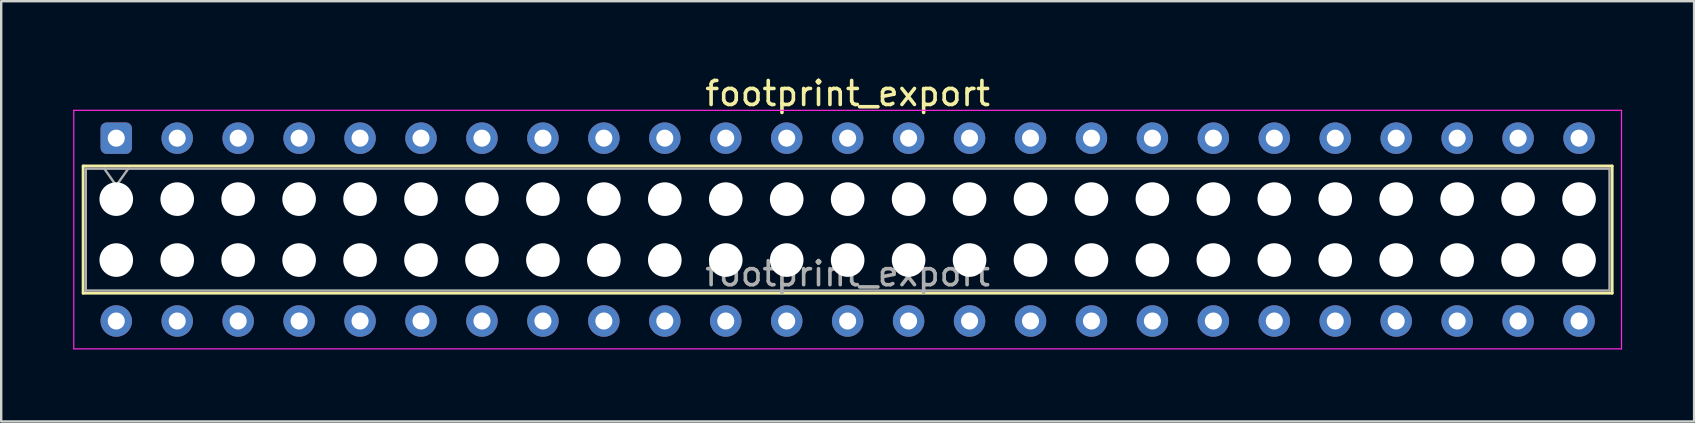
<source format=kicad_pcb>
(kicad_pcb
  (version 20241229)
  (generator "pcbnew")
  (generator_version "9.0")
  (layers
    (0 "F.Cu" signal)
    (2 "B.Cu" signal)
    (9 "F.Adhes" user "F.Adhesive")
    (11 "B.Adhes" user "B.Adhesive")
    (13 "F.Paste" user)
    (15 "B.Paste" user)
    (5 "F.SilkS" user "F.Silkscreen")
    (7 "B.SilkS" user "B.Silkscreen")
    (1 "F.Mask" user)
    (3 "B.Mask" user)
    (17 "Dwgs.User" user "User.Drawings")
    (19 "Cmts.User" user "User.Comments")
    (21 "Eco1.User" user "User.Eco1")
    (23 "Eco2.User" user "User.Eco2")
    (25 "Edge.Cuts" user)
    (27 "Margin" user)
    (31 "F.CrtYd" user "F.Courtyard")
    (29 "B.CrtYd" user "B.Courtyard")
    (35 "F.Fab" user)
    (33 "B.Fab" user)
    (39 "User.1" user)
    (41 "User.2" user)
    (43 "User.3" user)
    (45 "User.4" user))
  (footprint "footprint_export"
    (layer "F.Cu")
    (at 1.795 2.708)
    (property "Reference" "footprint_export" (at 30.48 -1.86 0) (layer "F.SilkS") (effects (font (size 1 1) (thickness 0.15))))
    (attr through_hole)
    (fp_line (start -1.38 1.16) (end 62.34 1.16) (stroke (width 0.12) (type solid)) (layer "F.SilkS"))
    (fp_line (start -1.38 6.46) (end -1.38 1.16) (stroke (width 0.12) (type solid)) (layer "F.SilkS"))
    (fp_line (start 62.34 1.16) (end 62.34 6.46) (stroke (width 0.12) (type solid)) (layer "F.SilkS"))
    (fp_line (start 62.34 6.46) (end -1.38 6.46) (stroke (width 0.12) (type solid)) (layer "F.SilkS"))
    (fp_line (start -1.77 -1.16) (end 62.73 -1.16) (stroke (width 0.05) (type solid)) (layer "F.CrtYd"))
    (fp_line (start -1.77 8.78) (end -1.77 -1.16) (stroke (width 0.05) (type solid)) (layer "F.CrtYd"))
    (fp_line (start 62.73 -1.16) (end 62.73 8.78) (stroke (width 0.05) (type solid)) (layer "F.CrtYd"))
    (fp_line (start 62.73 8.78) (end -1.77 8.78) (stroke (width 0.05) (type solid)) (layer "F.CrtYd"))
    (fp_line (start -1.27 1.27) (end 62.23 1.27) (stroke (width 0.1) (type solid)) (layer "F.Fab"))
    (fp_line (start -1.27 6.35) (end -1.27 1.27) (stroke (width 0.1) (type solid)) (layer "F.Fab"))
    (fp_line (start -0.5 1.27) (end 0 1.977) (stroke (width 0.1) (type solid)) (layer "F.Fab"))
    (fp_line (start 0 1.977) (end 0.5 1.27) (stroke (width 0.1) (type solid)) (layer "F.Fab"))
    (fp_line (start 62.23 1.27) (end 62.23 6.35) (stroke (width 0.1) (type solid)) (layer "F.Fab"))
    (fp_line (start 62.23 6.35) (end -1.27 6.35) (stroke (width 0.1) (type solid)) (layer "F.Fab"))
    (fp_text user "${REFERENCE}" (at 30.48 5.65 0) (layer "F.Fab") (effects (font (size 1 1) (thickness 0.15))))
    (pad "" np_thru_hole circle (at 0 2.54) (size 1.4 1.4) (drill 1.4) (layers "*.Cu" "*.Mask"))
    (pad "" np_thru_hole circle (at 0 5.08) (size 1.4 1.4) (drill 1.4) (layers "*.Cu" "*.Mask"))
    (pad "" np_thru_hole circle (at 2.54 2.54) (size 1.4 1.4) (drill 1.4) (layers "*.Cu" "*.Mask"))
    (pad "" np_thru_hole circle (at 2.54 5.08) (size 1.4 1.4) (drill 1.4) (layers "*.Cu" "*.Mask"))
    (pad "" np_thru_hole circle (at 5.08 2.54) (size 1.4 1.4) (drill 1.4) (layers "*.Cu" "*.Mask"))
    (pad "" np_thru_hole circle (at 5.08 5.08) (size 1.4 1.4) (drill 1.4) (layers "*.Cu" "*.Mask"))
    (pad "" np_thru_hole circle (at 7.62 2.54) (size 1.4 1.4) (drill 1.4) (layers "*.Cu" "*.Mask"))
    (pad "" np_thru_hole circle (at 7.62 5.08) (size 1.4 1.4) (drill 1.4) (layers "*.Cu" "*.Mask"))
    (pad "" np_thru_hole circle (at 10.16 2.54) (size 1.4 1.4) (drill 1.4) (layers "*.Cu" "*.Mask"))
    (pad "" np_thru_hole circle (at 10.16 5.08) (size 1.4 1.4) (drill 1.4) (layers "*.Cu" "*.Mask"))
    (pad "" np_thru_hole circle (at 12.7 2.54) (size 1.4 1.4) (drill 1.4) (layers "*.Cu" "*.Mask"))
    (pad "" np_thru_hole circle (at 12.7 5.08) (size 1.4 1.4) (drill 1.4) (layers "*.Cu" "*.Mask"))
    (pad "" np_thru_hole circle (at 15.24 2.54) (size 1.4 1.4) (drill 1.4) (layers "*.Cu" "*.Mask"))
    (pad "" np_thru_hole circle (at 15.24 5.08) (size 1.4 1.4) (drill 1.4) (layers "*.Cu" "*.Mask"))
    (pad "" np_thru_hole circle (at 17.78 2.54) (size 1.4 1.4) (drill 1.4) (layers "*.Cu" "*.Mask"))
    (pad "" np_thru_hole circle (at 17.78 5.08) (size 1.4 1.4) (drill 1.4) (layers "*.Cu" "*.Mask"))
    (pad "" np_thru_hole circle (at 20.32 2.54) (size 1.4 1.4) (drill 1.4) (layers "*.Cu" "*.Mask"))
    (pad "" np_thru_hole circle (at 20.32 5.08) (size 1.4 1.4) (drill 1.4) (layers "*.Cu" "*.Mask"))
    (pad "" np_thru_hole circle (at 22.86 2.54) (size 1.4 1.4) (drill 1.4) (layers "*.Cu" "*.Mask"))
    (pad "" np_thru_hole circle (at 22.86 5.08) (size 1.4 1.4) (drill 1.4) (layers "*.Cu" "*.Mask"))
    (pad "" np_thru_hole circle (at 25.4 2.54) (size 1.4 1.4) (drill 1.4) (layers "*.Cu" "*.Mask"))
    (pad "" np_thru_hole circle (at 25.4 5.08) (size 1.4 1.4) (drill 1.4) (layers "*.Cu" "*.Mask"))
    (pad "" np_thru_hole circle (at 27.94 2.54) (size 1.4 1.4) (drill 1.4) (layers "*.Cu" "*.Mask"))
    (pad "" np_thru_hole circle (at 27.94 5.08) (size 1.4 1.4) (drill 1.4) (layers "*.Cu" "*.Mask"))
    (pad "" np_thru_hole circle (at 30.48 2.54) (size 1.4 1.4) (drill 1.4) (layers "*.Cu" "*.Mask"))
    (pad "" np_thru_hole circle (at 30.48 5.08) (size 1.4 1.4) (drill 1.4) (layers "*.Cu" "*.Mask"))
    (pad "" np_thru_hole circle (at 33.02 2.54) (size 1.4 1.4) (drill 1.4) (layers "*.Cu" "*.Mask"))
    (pad "" np_thru_hole circle (at 33.02 5.08) (size 1.4 1.4) (drill 1.4) (layers "*.Cu" "*.Mask"))
    (pad "" np_thru_hole circle (at 35.56 2.54) (size 1.4 1.4) (drill 1.4) (layers "*.Cu" "*.Mask"))
    (pad "" np_thru_hole circle (at 35.56 5.08) (size 1.4 1.4) (drill 1.4) (layers "*.Cu" "*.Mask"))
    (pad "" np_thru_hole circle (at 38.1 2.54) (size 1.4 1.4) (drill 1.4) (layers "*.Cu" "*.Mask"))
    (pad "" np_thru_hole circle (at 38.1 5.08) (size 1.4 1.4) (drill 1.4) (layers "*.Cu" "*.Mask"))
    (pad "" np_thru_hole circle (at 40.64 2.54) (size 1.4 1.4) (drill 1.4) (layers "*.Cu" "*.Mask"))
    (pad "" np_thru_hole circle (at 40.64 5.08) (size 1.4 1.4) (drill 1.4) (layers "*.Cu" "*.Mask"))
    (pad "" np_thru_hole circle (at 43.18 2.54) (size 1.4 1.4) (drill 1.4) (layers "*.Cu" "*.Mask"))
    (pad "" np_thru_hole circle (at 43.18 5.08) (size 1.4 1.4) (drill 1.4) (layers "*.Cu" "*.Mask"))
    (pad "" np_thru_hole circle (at 45.72 2.54) (size 1.4 1.4) (drill 1.4) (layers "*.Cu" "*.Mask"))
    (pad "" np_thru_hole circle (at 45.72 5.08) (size 1.4 1.4) (drill 1.4) (layers "*.Cu" "*.Mask"))
    (pad "" np_thru_hole circle (at 48.26 2.54) (size 1.4 1.4) (drill 1.4) (layers "*.Cu" "*.Mask"))
    (pad "" np_thru_hole circle (at 48.26 5.08) (size 1.4 1.4) (drill 1.4) (layers "*.Cu" "*.Mask"))
    (pad "" np_thru_hole circle (at 50.8 2.54) (size 1.4 1.4) (drill 1.4) (layers "*.Cu" "*.Mask"))
    (pad "" np_thru_hole circle (at 50.8 5.08) (size 1.4 1.4) (drill 1.4) (layers "*.Cu" "*.Mask"))
    (pad "" np_thru_hole circle (at 53.34 2.54) (size 1.4 1.4) (drill 1.4) (layers "*.Cu" "*.Mask"))
    (pad "" np_thru_hole circle (at 53.34 5.08) (size 1.4 1.4) (drill 1.4) (layers "*.Cu" "*.Mask"))
    (pad "" np_thru_hole circle (at 55.88 2.54) (size 1.4 1.4) (drill 1.4) (layers "*.Cu" "*.Mask"))
    (pad "" np_thru_hole circle (at 55.88 5.08) (size 1.4 1.4) (drill 1.4) (layers "*.Cu" "*.Mask"))
    (pad "" np_thru_hole circle (at 58.42 2.54) (size 1.4 1.4) (drill 1.4) (layers "*.Cu" "*.Mask"))
    (pad "" np_thru_hole circle (at 58.42 5.08) (size 1.4 1.4) (drill 1.4) (layers "*.Cu" "*.Mask"))
    (pad "" np_thru_hole circle (at 60.96 2.54) (size 1.4 1.4) (drill 1.4) (layers "*.Cu" "*.Mask"))
    (pad "" np_thru_hole circle (at 60.96 5.08) (size 1.4 1.4) (drill 1.4) (layers "*.Cu" "*.Mask"))
    (pad "1" thru_hole roundrect (at 0 0) (size 1.31 1.31) (drill 0.71) (layers "*.Cu" "*.Mask") (roundrect_rratio 0.191))
    (pad "2" thru_hole circle (at 0 7.62) (size 1.31 1.31) (drill 0.71) (layers "*.Cu" "*.Mask"))
    (pad "3" thru_hole circle (at 2.54 0) (size 1.31 1.31) (drill 0.71) (layers "*.Cu" "*.Mask"))
    (pad "4" thru_hole circle (at 2.54 7.62) (size 1.31 1.31) (drill 0.71) (layers "*.Cu" "*.Mask"))
    (pad "5" thru_hole circle (at 5.08 0) (size 1.31 1.31) (drill 0.71) (layers "*.Cu" "*.Mask"))
    (pad "6" thru_hole circle (at 5.08 7.62) (size 1.31 1.31) (drill 0.71) (layers "*.Cu" "*.Mask"))
    (pad "7" thru_hole circle (at 7.62 0) (size 1.31 1.31) (drill 0.71) (layers "*.Cu" "*.Mask"))
    (pad "8" thru_hole circle (at 7.62 7.62) (size 1.31 1.31) (drill 0.71) (layers "*.Cu" "*.Mask"))
    (pad "9" thru_hole circle (at 10.16 0) (size 1.31 1.31) (drill 0.71) (layers "*.Cu" "*.Mask"))
    (pad "10" thru_hole circle (at 10.16 7.62) (size 1.31 1.31) (drill 0.71) (layers "*.Cu" "*.Mask"))
    (pad "11" thru_hole circle (at 12.7 0) (size 1.31 1.31) (drill 0.71) (layers "*.Cu" "*.Mask"))
    (pad "12" thru_hole circle (at 12.7 7.62) (size 1.31 1.31) (drill 0.71) (layers "*.Cu" "*.Mask"))
    (pad "13" thru_hole circle (at 15.24 0) (size 1.31 1.31) (drill 0.71) (layers "*.Cu" "*.Mask"))
    (pad "14" thru_hole circle (at 15.24 7.62) (size 1.31 1.31) (drill 0.71) (layers "*.Cu" "*.Mask"))
    (pad "15" thru_hole circle (at 17.78 0) (size 1.31 1.31) (drill 0.71) (layers "*.Cu" "*.Mask"))
    (pad "16" thru_hole circle (at 17.78 7.62) (size 1.31 1.31) (drill 0.71) (layers "*.Cu" "*.Mask"))
    (pad "17" thru_hole circle (at 20.32 0) (size 1.31 1.31) (drill 0.71) (layers "*.Cu" "*.Mask"))
    (pad "18" thru_hole circle (at 20.32 7.62) (size 1.31 1.31) (drill 0.71) (layers "*.Cu" "*.Mask"))
    (pad "19" thru_hole circle (at 22.86 0) (size 1.31 1.31) (drill 0.71) (layers "*.Cu" "*.Mask"))
    (pad "20" thru_hole circle (at 22.86 7.62) (size 1.31 1.31) (drill 0.71) (layers "*.Cu" "*.Mask"))
    (pad "21" thru_hole circle (at 25.4 0) (size 1.31 1.31) (drill 0.71) (layers "*.Cu" "*.Mask"))
    (pad "22" thru_hole circle (at 25.4 7.62) (size 1.31 1.31) (drill 0.71) (layers "*.Cu" "*.Mask"))
    (pad "23" thru_hole circle (at 27.94 0) (size 1.31 1.31) (drill 0.71) (layers "*.Cu" "*.Mask"))
    (pad "24" thru_hole circle (at 27.94 7.62) (size 1.31 1.31) (drill 0.71) (layers "*.Cu" "*.Mask"))
    (pad "25" thru_hole circle (at 30.48 0) (size 1.31 1.31) (drill 0.71) (layers "*.Cu" "*.Mask"))
    (pad "26" thru_hole circle (at 30.48 7.62) (size 1.31 1.31) (drill 0.71) (layers "*.Cu" "*.Mask"))
    (pad "27" thru_hole circle (at 33.02 0) (size 1.31 1.31) (drill 0.71) (layers "*.Cu" "*.Mask"))
    (pad "28" thru_hole circle (at 33.02 7.62) (size 1.31 1.31) (drill 0.71) (layers "*.Cu" "*.Mask"))
    (pad "29" thru_hole circle (at 35.56 0) (size 1.31 1.31) (drill 0.71) (layers "*.Cu" "*.Mask"))
    (pad "30" thru_hole circle (at 35.56 7.62) (size 1.31 1.31) (drill 0.71) (layers "*.Cu" "*.Mask"))
    (pad "31" thru_hole circle (at 38.1 0) (size 1.31 1.31) (drill 0.71) (layers "*.Cu" "*.Mask"))
    (pad "32" thru_hole circle (at 38.1 7.62) (size 1.31 1.31) (drill 0.71) (layers "*.Cu" "*.Mask"))
    (pad "33" thru_hole circle (at 40.64 0) (size 1.31 1.31) (drill 0.71) (layers "*.Cu" "*.Mask"))
    (pad "34" thru_hole circle (at 40.64 7.62) (size 1.31 1.31) (drill 0.71) (layers "*.Cu" "*.Mask"))
    (pad "35" thru_hole circle (at 43.18 0) (size 1.31 1.31) (drill 0.71) (layers "*.Cu" "*.Mask"))
    (pad "36" thru_hole circle (at 43.18 7.62) (size 1.31 1.31) (drill 0.71) (layers "*.Cu" "*.Mask"))
    (pad "37" thru_hole circle (at 45.72 0) (size 1.31 1.31) (drill 0.71) (layers "*.Cu" "*.Mask"))
    (pad "38" thru_hole circle (at 45.72 7.62) (size 1.31 1.31) (drill 0.71) (layers "*.Cu" "*.Mask"))
    (pad "39" thru_hole circle (at 48.26 0) (size 1.31 1.31) (drill 0.71) (layers "*.Cu" "*.Mask"))
    (pad "40" thru_hole circle (at 48.26 7.62) (size 1.31 1.31) (drill 0.71) (layers "*.Cu" "*.Mask"))
    (pad "41" thru_hole circle (at 50.8 0) (size 1.31 1.31) (drill 0.71) (layers "*.Cu" "*.Mask"))
    (pad "42" thru_hole circle (at 50.8 7.62) (size 1.31 1.31) (drill 0.71) (layers "*.Cu" "*.Mask"))
    (pad "43" thru_hole circle (at 53.34 0) (size 1.31 1.31) (drill 0.71) (layers "*.Cu" "*.Mask"))
    (pad "44" thru_hole circle (at 53.34 7.62) (size 1.31 1.31) (drill 0.71) (layers "*.Cu" "*.Mask"))
    (pad "45" thru_hole circle (at 55.88 0) (size 1.31 1.31) (drill 0.71) (layers "*.Cu" "*.Mask"))
    (pad "46" thru_hole circle (at 55.88 7.62) (size 1.31 1.31) (drill 0.71) (layers "*.Cu" "*.Mask"))
    (pad "47" thru_hole circle (at 58.42 0) (size 1.31 1.31) (drill 0.71) (layers "*.Cu" "*.Mask"))
    (pad "48" thru_hole circle (at 58.42 7.62) (size 1.31 1.31) (drill 0.71) (layers "*.Cu" "*.Mask"))
    (pad "49" thru_hole circle (at 60.96 0) (size 1.31 1.31) (drill 0.71) (layers "*.Cu" "*.Mask"))
    (pad "50" thru_hole circle (at 60.96 7.62) (size 1.31 1.31) (drill 0.71) (layers "*.Cu" "*.Mask")))
  (gr_rect
    (start -3 -3)
    (end 67.55 14.513)
    (stroke (width 0.1) (type default))
    (fill no)
    (layer "Edge.Cuts")))
</source>
